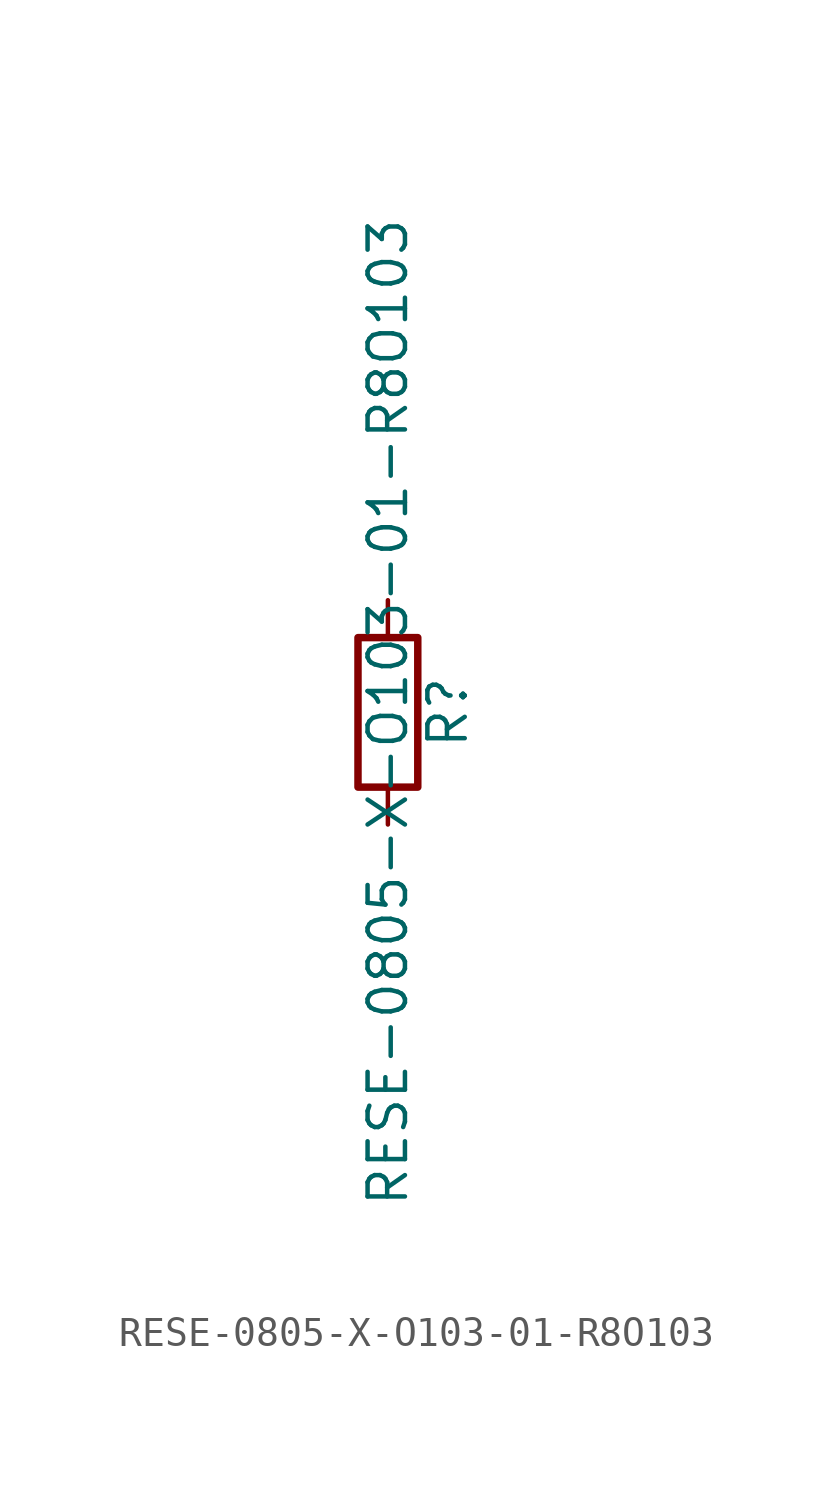
<source format=kicad_sym>
(kicad_symbol_lib
  (version 20211014)
  (generator kicad_symbol_editor)
  (symbol "RESE-0805-X-O103-01-R8O103"
    (pin_numbers hide)
    (pin_names
      (offset 0))
    (property "Reference" "R"
      (at 2.032 0 90)
      (effects (font (size 1.27 1.27))))
    (property "Value" "RESE-0805-X-O103-01-R8O103"
      (at 0 0 90)
      (effects (font (size 1.27 1.27))))
    (symbol "RESE-0805-X-O103-01-R8O103_0_1"
      (rectangle (start -1.016 -2.54) (end 1.016 2.54) (stroke (width 0.254) (type default) (color 0 0 0 0)) (fill (type none))))
    (symbol "RESE-0805-X-O103-01-R8O103_1_1"
      (pin passive line (at 0 3.81 270) (length 1.27) (name "~" (effects (font (size 1.27 1.27)))) (number "1" (effects (font (size 1.27 1.27)))))
      (pin passive line (at 0 -3.81 90) (length 1.27) (name "~" (effects (font (size 1.27 1.27)))) (number "2" (effects (font (size 1.27 1.27))))))))
</source>
